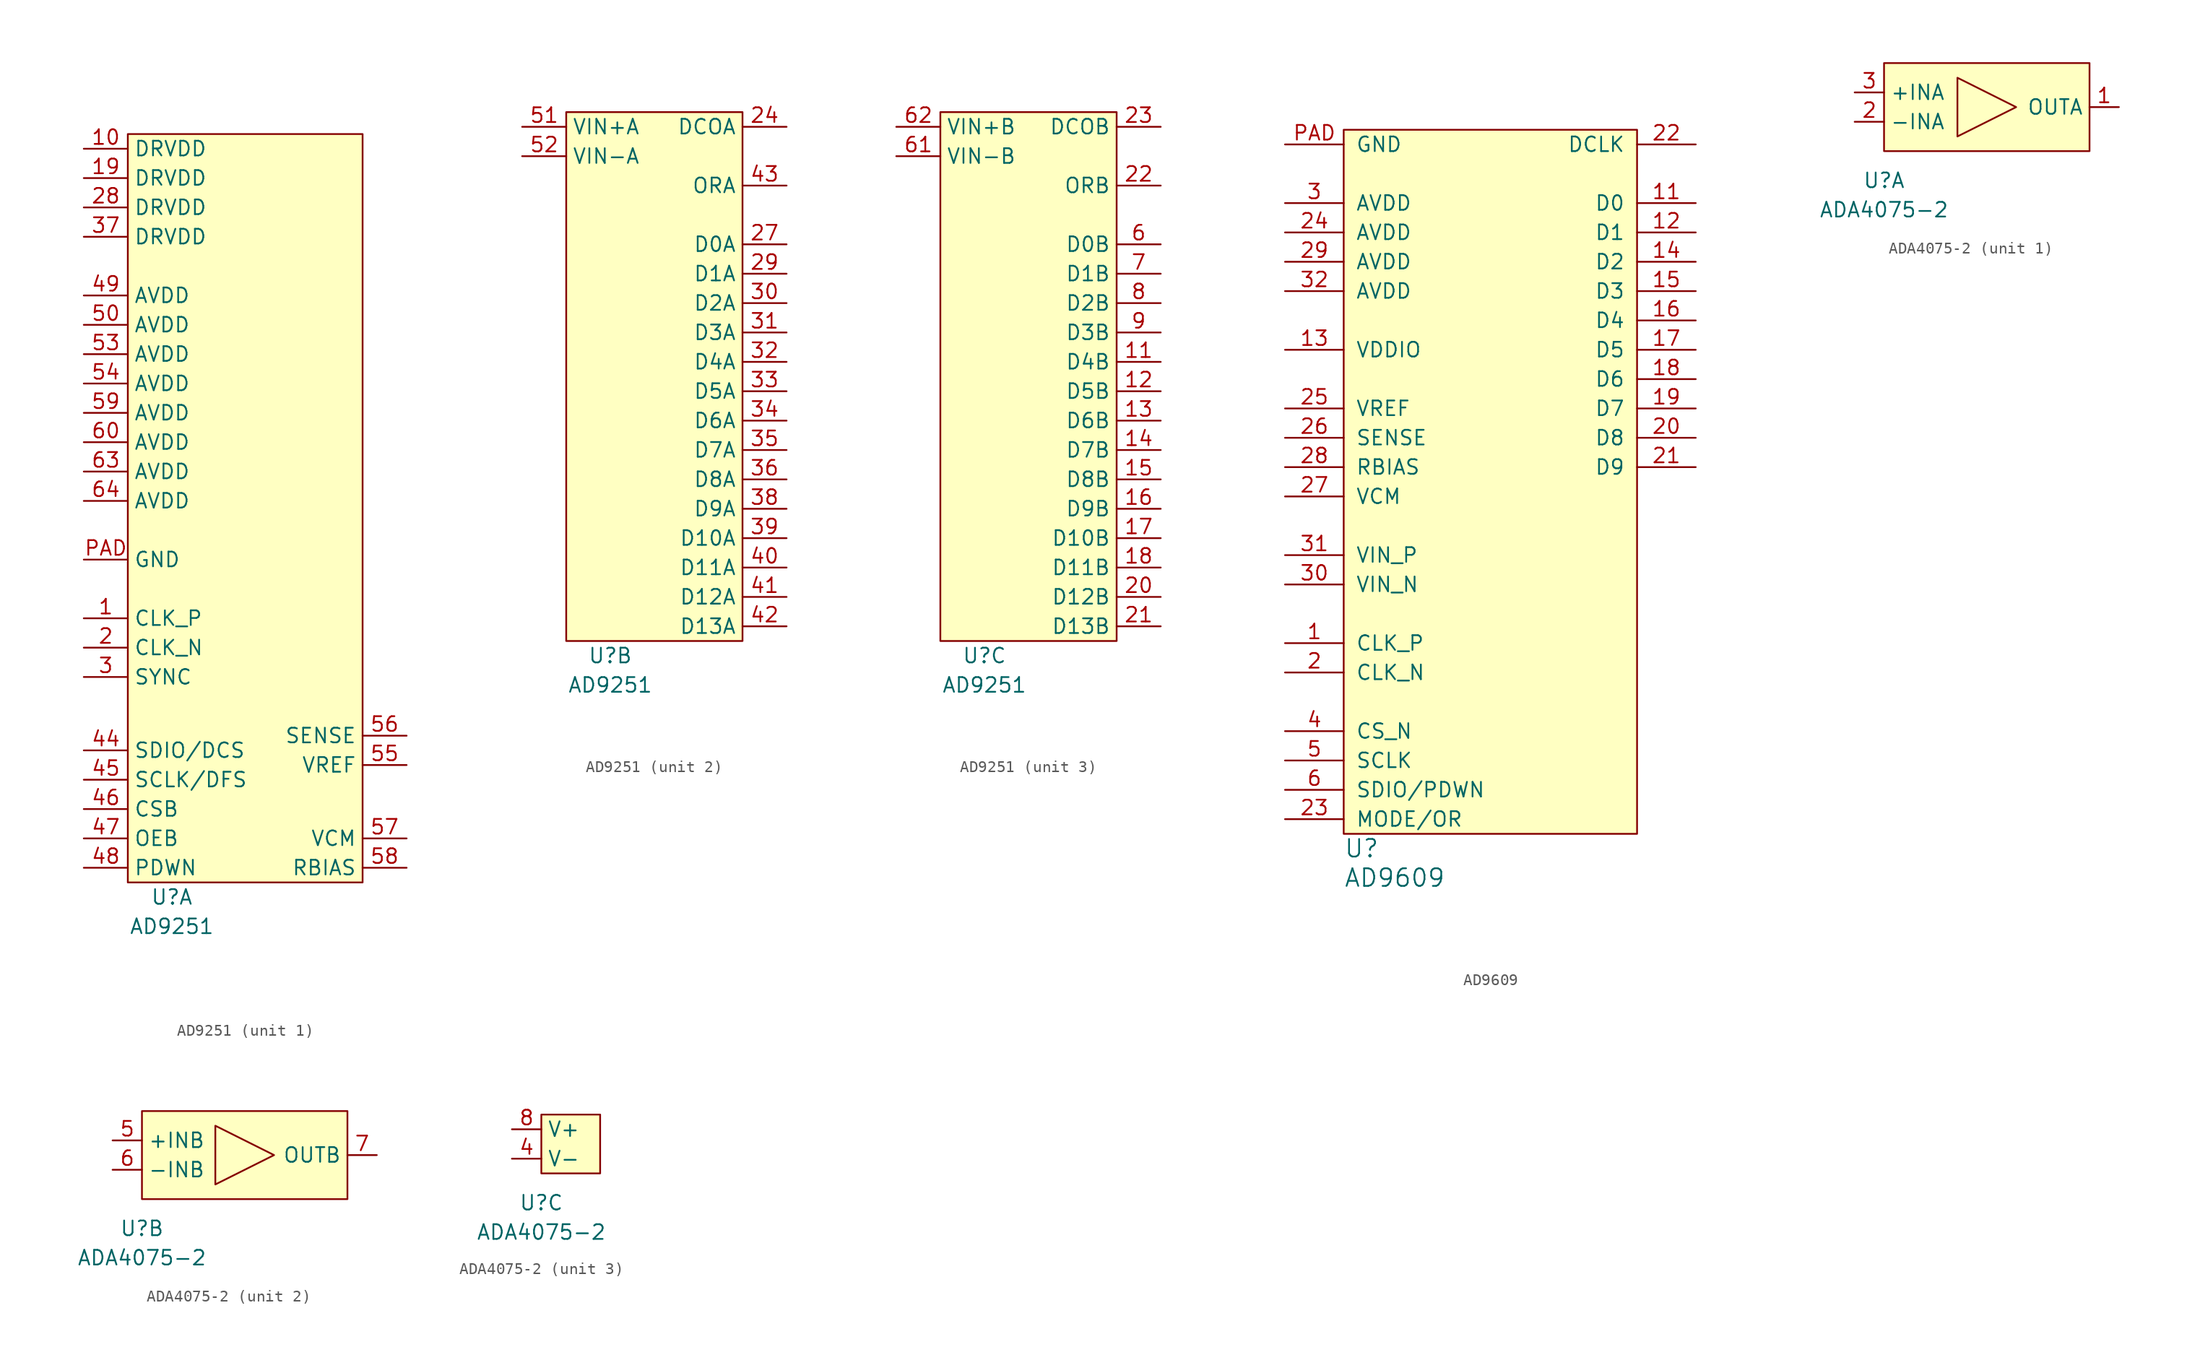
<source format=kicad_sym>
(kicad_symbol_lib
  (version 20211014)
  (generator kicad_symbol_editor)
  (symbol "AD9251"
    (property "Reference" "U"
      (at 3.81 -1.27 0)
      (effects (font (size 1.27 1.27))))
    (property "Value" "AD9251"
      (at 3.81 -3.81 0)
      (effects (font (size 1.27 1.27))))
    (property "ki_locked" ""
      (at 0 0 0)
      (effects (font (size 1.27 1.27))))
    (symbol "AD9251_1_1"
      (rectangle (start 0 64.77) (end 20.32 0) (stroke (width 0.152) (type default) (color 0 0 0 0)) (fill (type background)))
      (pin input line (at -3.81 22.86 0) (length 3.81) (name "CLK_P" (effects (font (size 1.27 1.27)))) (number "1" (effects (font (size 1.27 1.27)))))
      (pin power_in line (at -3.81 63.5 0) (length 3.81) (name "DRVDD" (effects (font (size 1.27 1.27)))) (number "10" (effects (font (size 1.27 1.27)))))
      (pin power_in line (at -3.81 60.96 0) (length 3.81) (name "DRVDD" (effects (font (size 1.27 1.27)))) (number "19" (effects (font (size 1.27 1.27)))))
      (pin input line (at -3.81 20.32 0) (length 3.81) (name "CLK_N" (effects (font (size 1.27 1.27)))) (number "2" (effects (font (size 1.27 1.27)))))
      (pin power_in line (at -3.81 58.42 0) (length 3.81) (name "DRVDD" (effects (font (size 1.27 1.27)))) (number "28" (effects (font (size 1.27 1.27)))))
      (pin input line (at -3.81 17.78 0) (length 3.81) (name "SYNC" (effects (font (size 1.27 1.27)))) (number "3" (effects (font (size 1.27 1.27)))))
      (pin power_in line (at -3.81 55.88 0) (length 3.81) (name "DRVDD" (effects (font (size 1.27 1.27)))) (number "37" (effects (font (size 1.27 1.27)))))
      (pin bidirectional line (at -3.81 11.43 0) (length 3.81) (name "SDIO/DCS" (effects (font (size 1.27 1.27)))) (number "44" (effects (font (size 1.27 1.27)))))
      (pin input line (at -3.81 8.89 0) (length 3.81) (name "SCLK/DFS" (effects (font (size 1.27 1.27)))) (number "45" (effects (font (size 1.27 1.27)))))
      (pin input line (at -3.81 6.35 0) (length 3.81) (name "CSB" (effects (font (size 1.27 1.27)))) (number "46" (effects (font (size 1.27 1.27)))))
      (pin input line (at -3.81 3.81 0) (length 3.81) (name "OEB" (effects (font (size 1.27 1.27)))) (number "47" (effects (font (size 1.27 1.27)))))
      (pin input line (at -3.81 1.27 0) (length 3.81) (name "PDWN" (effects (font (size 1.27 1.27)))) (number "48" (effects (font (size 1.27 1.27)))))
      (pin power_in line (at -3.81 50.8 0) (length 3.81) (name "AVDD" (effects (font (size 1.27 1.27)))) (number "49" (effects (font (size 1.27 1.27)))))
      (pin power_in line (at -3.81 48.26 0) (length 3.81) (name "AVDD" (effects (font (size 1.27 1.27)))) (number "50" (effects (font (size 1.27 1.27)))))
      (pin power_in line (at -3.81 45.72 0) (length 3.81) (name "AVDD" (effects (font (size 1.27 1.27)))) (number "53" (effects (font (size 1.27 1.27)))))
      (pin power_in line (at -3.81 43.18 0) (length 3.81) (name "AVDD" (effects (font (size 1.27 1.27)))) (number "54" (effects (font (size 1.27 1.27)))))
      (pin input line (at 24.13 10.16 180) (length 3.81) (name "VREF" (effects (font (size 1.27 1.27)))) (number "55" (effects (font (size 1.27 1.27)))))
      (pin input line (at 24.13 12.7 180) (length 3.81) (name "SENSE" (effects (font (size 1.27 1.27)))) (number "56" (effects (font (size 1.27 1.27)))))
      (pin output line (at 24.13 3.81 180) (length 3.81) (name "VCM" (effects (font (size 1.27 1.27)))) (number "57" (effects (font (size 1.27 1.27)))))
      (pin passive line (at 24.13 1.27 180) (length 3.81) (name "RBIAS" (effects (font (size 1.27 1.27)))) (number "58" (effects (font (size 1.27 1.27)))))
      (pin power_in line (at -3.81 40.64 0) (length 3.81) (name "AVDD" (effects (font (size 1.27 1.27)))) (number "59" (effects (font (size 1.27 1.27)))))
      (pin power_in line (at -3.81 38.1 0) (length 3.81) (name "AVDD" (effects (font (size 1.27 1.27)))) (number "60" (effects (font (size 1.27 1.27)))))
      (pin power_in line (at -3.81 35.56 0) (length 3.81) (name "AVDD" (effects (font (size 1.27 1.27)))) (number "63" (effects (font (size 1.27 1.27)))))
      (pin power_in line (at -3.81 33.02 0) (length 3.81) (name "AVDD" (effects (font (size 1.27 1.27)))) (number "64" (effects (font (size 1.27 1.27)))))
      (pin input line (at -3.81 27.94 0) (length 3.81) (name "GND" (effects (font (size 1.27 1.27)))) (number "PAD" (effects (font (size 1.27 1.27))))))
    (symbol "AD9251_2_1"
      (rectangle (start 0 45.72) (end 15.24 0) (stroke (width 0.152) (type default) (color 0 0 0 0)) (fill (type background)))
      (pin output line (at 19.05 44.45 180) (length 3.81) (name "DCOA" (effects (font (size 1.27 1.27)))) (number "24" (effects (font (size 1.27 1.27)))))
      (pin output line (at 19.05 34.29 180) (length 3.81) (name "D0A" (effects (font (size 1.27 1.27)))) (number "27" (effects (font (size 1.27 1.27)))))
      (pin output line (at 19.05 31.75 180) (length 3.81) (name "D1A" (effects (font (size 1.27 1.27)))) (number "29" (effects (font (size 1.27 1.27)))))
      (pin output line (at 19.05 29.21 180) (length 3.81) (name "D2A" (effects (font (size 1.27 1.27)))) (number "30" (effects (font (size 1.27 1.27)))))
      (pin output line (at 19.05 26.67 180) (length 3.81) (name "D3A" (effects (font (size 1.27 1.27)))) (number "31" (effects (font (size 1.27 1.27)))))
      (pin output line (at 19.05 24.13 180) (length 3.81) (name "D4A" (effects (font (size 1.27 1.27)))) (number "32" (effects (font (size 1.27 1.27)))))
      (pin output line (at 19.05 21.59 180) (length 3.81) (name "D5A" (effects (font (size 1.27 1.27)))) (number "33" (effects (font (size 1.27 1.27)))))
      (pin output line (at 19.05 19.05 180) (length 3.81) (name "D6A" (effects (font (size 1.27 1.27)))) (number "34" (effects (font (size 1.27 1.27)))))
      (pin output line (at 19.05 16.51 180) (length 3.81) (name "D7A" (effects (font (size 1.27 1.27)))) (number "35" (effects (font (size 1.27 1.27)))))
      (pin output line (at 19.05 13.97 180) (length 3.81) (name "D8A" (effects (font (size 1.27 1.27)))) (number "36" (effects (font (size 1.27 1.27)))))
      (pin output line (at 19.05 11.43 180) (length 3.81) (name "D9A" (effects (font (size 1.27 1.27)))) (number "38" (effects (font (size 1.27 1.27)))))
      (pin output line (at 19.05 8.89 180) (length 3.81) (name "D10A" (effects (font (size 1.27 1.27)))) (number "39" (effects (font (size 1.27 1.27)))))
      (pin output line (at 19.05 6.35 180) (length 3.81) (name "D11A" (effects (font (size 1.27 1.27)))) (number "40" (effects (font (size 1.27 1.27)))))
      (pin output line (at 19.05 3.81 180) (length 3.81) (name "D12A" (effects (font (size 1.27 1.27)))) (number "41" (effects (font (size 1.27 1.27)))))
      (pin output line (at 19.05 1.27 180) (length 3.81) (name "D13A" (effects (font (size 1.27 1.27)))) (number "42" (effects (font (size 1.27 1.27)))))
      (pin output line (at 19.05 39.37 180) (length 3.81) (name "ORA" (effects (font (size 1.27 1.27)))) (number "43" (effects (font (size 1.27 1.27)))))
      (pin input line (at -3.81 44.45 0) (length 3.81) (name "VIN+A" (effects (font (size 1.27 1.27)))) (number "51" (effects (font (size 1.27 1.27)))))
      (pin input line (at -3.81 41.91 0) (length 3.81) (name "VIN-A" (effects (font (size 1.27 1.27)))) (number "52" (effects (font (size 1.27 1.27))))))
    (symbol "AD9251_3_1"
      (rectangle (start 0 45.72) (end 15.24 0) (stroke (width 0.152) (type default) (color 0 0 0 0)) (fill (type background)))
      (pin output line (at 19.05 24.13 180) (length 3.81) (name "D4B" (effects (font (size 1.27 1.27)))) (number "11" (effects (font (size 1.27 1.27)))))
      (pin output line (at 19.05 21.59 180) (length 3.81) (name "D5B" (effects (font (size 1.27 1.27)))) (number "12" (effects (font (size 1.27 1.27)))))
      (pin output line (at 19.05 19.05 180) (length 3.81) (name "D6B" (effects (font (size 1.27 1.27)))) (number "13" (effects (font (size 1.27 1.27)))))
      (pin output line (at 19.05 16.51 180) (length 3.81) (name "D7B" (effects (font (size 1.27 1.27)))) (number "14" (effects (font (size 1.27 1.27)))))
      (pin output line (at 19.05 13.97 180) (length 3.81) (name "D8B" (effects (font (size 1.27 1.27)))) (number "15" (effects (font (size 1.27 1.27)))))
      (pin output line (at 19.05 11.43 180) (length 3.81) (name "D9B" (effects (font (size 1.27 1.27)))) (number "16" (effects (font (size 1.27 1.27)))))
      (pin output line (at 19.05 8.89 180) (length 3.81) (name "D10B" (effects (font (size 1.27 1.27)))) (number "17" (effects (font (size 1.27 1.27)))))
      (pin output line (at 19.05 6.35 180) (length 3.81) (name "D11B" (effects (font (size 1.27 1.27)))) (number "18" (effects (font (size 1.27 1.27)))))
      (pin output line (at 19.05 3.81 180) (length 3.81) (name "D12B" (effects (font (size 1.27 1.27)))) (number "20" (effects (font (size 1.27 1.27)))))
      (pin output line (at 19.05 1.27 180) (length 3.81) (name "D13B" (effects (font (size 1.27 1.27)))) (number "21" (effects (font (size 1.27 1.27)))))
      (pin output line (at 19.05 39.37 180) (length 3.81) (name "ORB" (effects (font (size 1.27 1.27)))) (number "22" (effects (font (size 1.27 1.27)))))
      (pin output line (at 19.05 44.45 180) (length 3.81) (name "DCOB" (effects (font (size 1.27 1.27)))) (number "23" (effects (font (size 1.27 1.27)))))
      (pin output line (at 19.05 34.29 180) (length 3.81) (name "D0B" (effects (font (size 1.27 1.27)))) (number "6" (effects (font (size 1.27 1.27)))))
      (pin input line (at -3.81 41.91 0) (length 3.81) (name "VIN-B" (effects (font (size 1.27 1.27)))) (number "61" (effects (font (size 1.27 1.27)))))
      (pin input line (at -3.81 44.45 0) (length 3.81) (name "VIN+B" (effects (font (size 1.27 1.27)))) (number "62" (effects (font (size 1.27 1.27)))))
      (pin output line (at 19.05 31.75 180) (length 3.81) (name "D1B" (effects (font (size 1.27 1.27)))) (number "7" (effects (font (size 1.27 1.27)))))
      (pin output line (at 19.05 29.21 180) (length 3.81) (name "D2B" (effects (font (size 1.27 1.27)))) (number "8" (effects (font (size 1.27 1.27)))))
      (pin output line (at 19.05 26.67 180) (length 3.81) (name "D3B" (effects (font (size 1.27 1.27)))) (number "9" (effects (font (size 1.27 1.27)))))))
  (symbol "AD9609"
    (pin_names
      (offset 1.016))
    (property "Reference" "U"
      (at 0 -1.27 0)
      (effects (font (size 1.524 1.524)) (justify left)))
    (property "Value" "AD9609"
      (at 0 -3.81 0)
      (effects (font (size 1.524 1.524)) (justify left)))
    (property "Footprint" ""
      (at 0 0 0)
      (effects (font (size 1.524 1.524))))
    (property "Datasheet" ""
      (at 0 0 0)
      (effects (font (size 1.524 1.524))))
    (symbol "AD9609_0_1"
      (rectangle (start 0 60.96) (end 25.4 0) (stroke (width 0) (type default) (color 0 0 0 0)) (fill (type background))))
    (symbol "AD9609_1_1"
      (pin input line (at -5.08 16.51 0) (length 5.08) (name "CLK_P" (effects (font (size 1.27 1.27)))) (number "1" (effects (font (size 1.27 1.27)))))
      (pin output line (at 30.48 54.61 180) (length 5.08) (name "D0" (effects (font (size 1.27 1.27)))) (number "11" (effects (font (size 1.27 1.27)))))
      (pin output line (at 30.48 52.07 180) (length 5.08) (name "D1" (effects (font (size 1.27 1.27)))) (number "12" (effects (font (size 1.27 1.27)))))
      (pin power_in line (at -5.08 41.91 0) (length 5.08) (name "VDDIO" (effects (font (size 1.27 1.27)))) (number "13" (effects (font (size 1.27 1.27)))))
      (pin output line (at 30.48 49.53 180) (length 5.08) (name "D2" (effects (font (size 1.27 1.27)))) (number "14" (effects (font (size 1.27 1.27)))))
      (pin output line (at 30.48 46.99 180) (length 5.08) (name "D3" (effects (font (size 1.27 1.27)))) (number "15" (effects (font (size 1.27 1.27)))))
      (pin output line (at 30.48 44.45 180) (length 5.08) (name "D4" (effects (font (size 1.27 1.27)))) (number "16" (effects (font (size 1.27 1.27)))))
      (pin output line (at 30.48 41.91 180) (length 5.08) (name "D5" (effects (font (size 1.27 1.27)))) (number "17" (effects (font (size 1.27 1.27)))))
      (pin output line (at 30.48 39.37 180) (length 5.08) (name "D6" (effects (font (size 1.27 1.27)))) (number "18" (effects (font (size 1.27 1.27)))))
      (pin output line (at 30.48 36.83 180) (length 5.08) (name "D7" (effects (font (size 1.27 1.27)))) (number "19" (effects (font (size 1.27 1.27)))))
      (pin input line (at -5.08 13.97 0) (length 5.08) (name "CLK_N" (effects (font (size 1.27 1.27)))) (number "2" (effects (font (size 1.27 1.27)))))
      (pin output line (at 30.48 34.29 180) (length 5.08) (name "D8" (effects (font (size 1.27 1.27)))) (number "20" (effects (font (size 1.27 1.27)))))
      (pin output line (at 30.48 31.75 180) (length 5.08) (name "D9" (effects (font (size 1.27 1.27)))) (number "21" (effects (font (size 1.27 1.27)))))
      (pin output line (at 30.48 59.69 180) (length 5.08) (name "DCLK" (effects (font (size 1.27 1.27)))) (number "22" (effects (font (size 1.27 1.27)))))
      (pin bidirectional line (at -5.08 1.27 0) (length 5.08) (name "MODE/OR" (effects (font (size 1.27 1.27)))) (number "23" (effects (font (size 1.27 1.27)))))
      (pin power_in line (at -5.08 52.07 0) (length 5.08) (name "AVDD" (effects (font (size 1.27 1.27)))) (number "24" (effects (font (size 1.27 1.27)))))
      (pin input line (at -5.08 36.83 0) (length 5.08) (name "VREF" (effects (font (size 1.27 1.27)))) (number "25" (effects (font (size 1.27 1.27)))))
      (pin passive line (at -5.08 34.29 0) (length 5.08) (name "SENSE" (effects (font (size 1.27 1.27)))) (number "26" (effects (font (size 1.27 1.27)))))
      (pin output line (at -5.08 29.21 0) (length 5.08) (name "VCM" (effects (font (size 1.27 1.27)))) (number "27" (effects (font (size 1.27 1.27)))))
      (pin input line (at -5.08 31.75 0) (length 5.08) (name "RBIAS" (effects (font (size 1.27 1.27)))) (number "28" (effects (font (size 1.27 1.27)))))
      (pin power_in line (at -5.08 49.53 0) (length 5.08) (name "AVDD" (effects (font (size 1.27 1.27)))) (number "29" (effects (font (size 1.27 1.27)))))
      (pin power_in line (at -5.08 54.61 0) (length 5.08) (name "AVDD" (effects (font (size 1.27 1.27)))) (number "3" (effects (font (size 1.27 1.27)))))
      (pin input line (at -5.08 21.59 0) (length 5.08) (name "VIN_N" (effects (font (size 1.27 1.27)))) (number "30" (effects (font (size 1.27 1.27)))))
      (pin input line (at -5.08 24.13 0) (length 5.08) (name "VIN_P" (effects (font (size 1.27 1.27)))) (number "31" (effects (font (size 1.27 1.27)))))
      (pin power_in line (at -5.08 46.99 0) (length 5.08) (name "AVDD" (effects (font (size 1.27 1.27)))) (number "32" (effects (font (size 1.27 1.27)))))
      (pin input line (at -5.08 8.89 0) (length 5.08) (name "CS_N" (effects (font (size 1.27 1.27)))) (number "4" (effects (font (size 1.27 1.27)))))
      (pin input line (at -5.08 6.35 0) (length 5.08) (name "SCLK" (effects (font (size 1.27 1.27)))) (number "5" (effects (font (size 1.27 1.27)))))
      (pin input line (at -5.08 3.81 0) (length 5.08) (name "SDIO/PDWN" (effects (font (size 1.27 1.27)))) (number "6" (effects (font (size 1.27 1.27)))))
      (pin power_in line (at -5.08 59.69 0) (length 5.08) (name "GND" (effects (font (size 1.27 1.27)))) (number "PAD" (effects (font (size 1.27 1.27)))))))
  (symbol "ADA4075-2"
    (property "Reference" "U"
      (at 0 -2.54 0)
      (effects (font (size 1.27 1.27))))
    (property "Value" "ADA4075-2"
      (at 0 -5.08 0)
      (effects (font (size 1.27 1.27))))
    (property "ki_locked" ""
      (at 0 0 0)
      (effects (font (size 1.27 1.27))))
    (symbol "ADA4075-2_1_1"
      (polyline (pts (xy 6.35 6.35) (xy 6.35 1.27) (xy 11.43 3.81) (xy 6.35 6.35)) (stroke (width 0.152) (type default) (color 0 0 0 0)) (fill (type none)))
      (rectangle (start 0 7.62) (end 17.78 0) (stroke (width 0.152) (type default) (color 0 0 0 0)) (fill (type background)))
      (pin output line (at 20.32 3.81 180) (length 2.54) (name "OUTA" (effects (font (size 1.27 1.27)))) (number "1" (effects (font (size 1.27 1.27)))))
      (pin input line (at -2.54 2.54 0) (length 2.54) (name "-INA" (effects (font (size 1.27 1.27)))) (number "2" (effects (font (size 1.27 1.27)))))
      (pin input line (at -2.54 5.08 0) (length 2.54) (name "+INA" (effects (font (size 1.27 1.27)))) (number "3" (effects (font (size 1.27 1.27))))))
    (symbol "ADA4075-2_2_1"
      (polyline (pts (xy 6.35 6.35) (xy 6.35 1.27) (xy 11.43 3.81) (xy 6.35 6.35)) (stroke (width 0.152) (type default) (color 0 0 0 0)) (fill (type none)))
      (rectangle (start 0 7.62) (end 17.78 0) (stroke (width 0.152) (type default) (color 0 0 0 0)) (fill (type background)))
      (pin input line (at -2.54 5.08 0) (length 2.54) (name "+INB" (effects (font (size 1.27 1.27)))) (number "5" (effects (font (size 1.27 1.27)))))
      (pin input line (at -2.54 2.54 0) (length 2.54) (name "-INB" (effects (font (size 1.27 1.27)))) (number "6" (effects (font (size 1.27 1.27)))))
      (pin output line (at 20.32 3.81 180) (length 2.54) (name "OUTB" (effects (font (size 1.27 1.27)))) (number "7" (effects (font (size 1.27 1.27))))))
    (symbol "ADA4075-2_3_1"
      (rectangle (start 0 5.08) (end 5.08 0) (stroke (width 0.152) (type default) (color 0 0 0 0)) (fill (type background)))
      (pin power_in line (at -2.54 1.27 0) (length 2.54) (name "V-" (effects (font (size 1.27 1.27)))) (number "4" (effects (font (size 1.27 1.27)))))
      (pin power_in line (at -2.54 3.81 0) (length 2.54) (name "V+" (effects (font (size 1.27 1.27)))) (number "8" (effects (font (size 1.27 1.27))))))))
</source>
